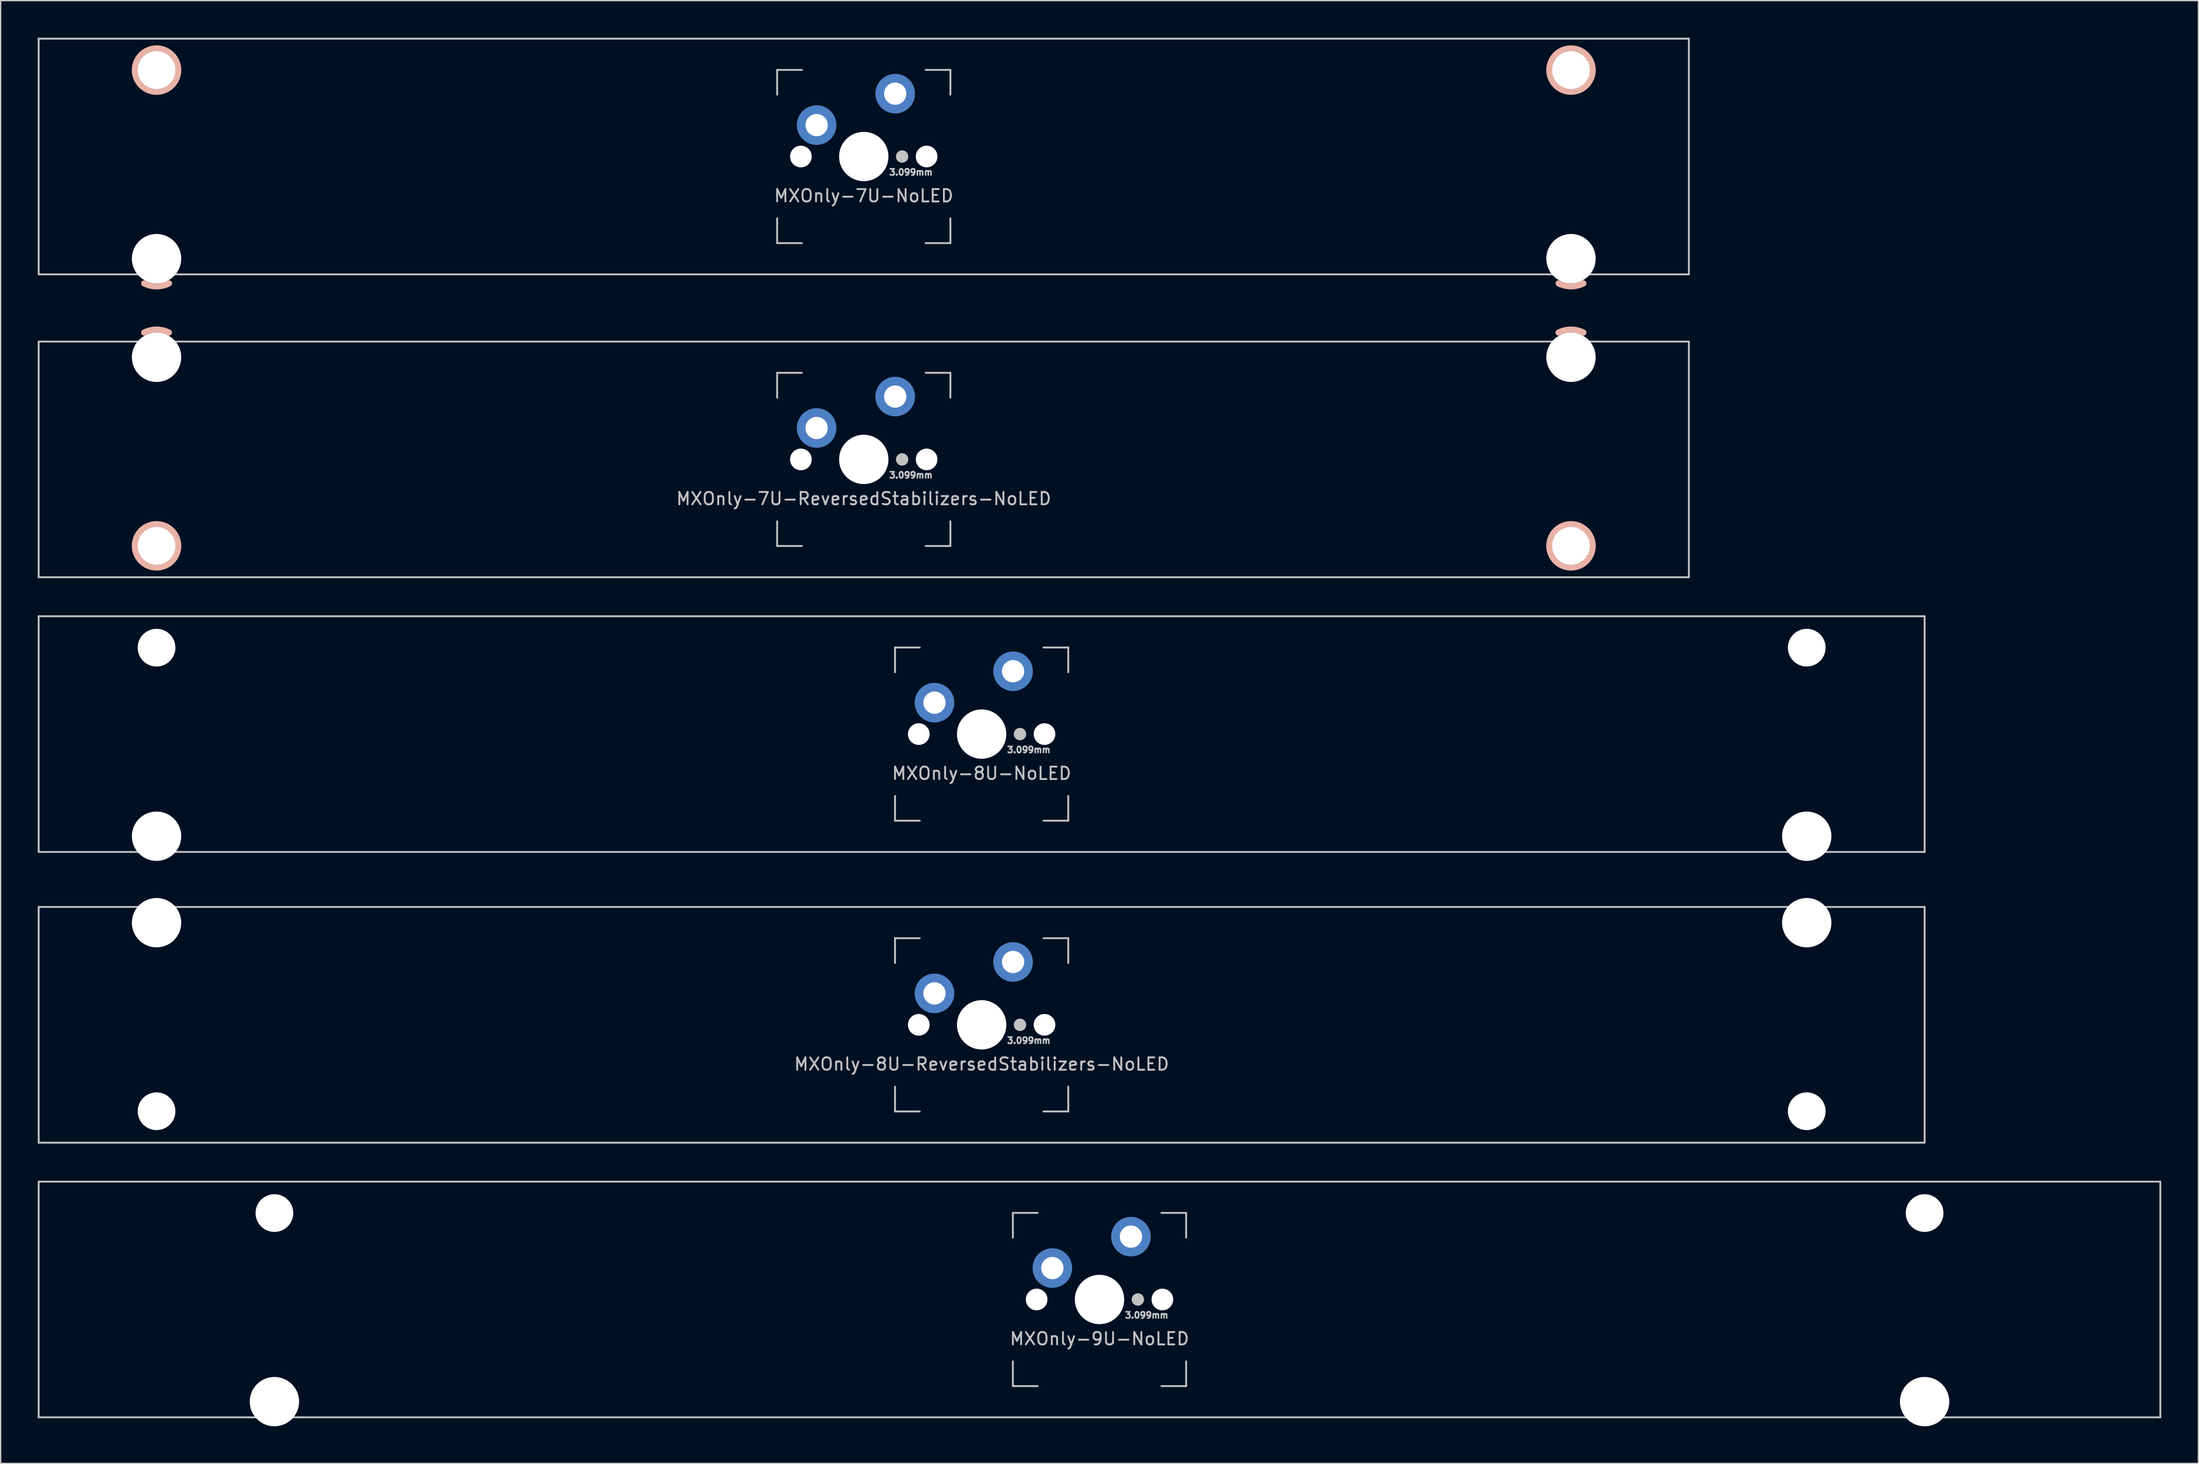
<source format=kicad_pcb>
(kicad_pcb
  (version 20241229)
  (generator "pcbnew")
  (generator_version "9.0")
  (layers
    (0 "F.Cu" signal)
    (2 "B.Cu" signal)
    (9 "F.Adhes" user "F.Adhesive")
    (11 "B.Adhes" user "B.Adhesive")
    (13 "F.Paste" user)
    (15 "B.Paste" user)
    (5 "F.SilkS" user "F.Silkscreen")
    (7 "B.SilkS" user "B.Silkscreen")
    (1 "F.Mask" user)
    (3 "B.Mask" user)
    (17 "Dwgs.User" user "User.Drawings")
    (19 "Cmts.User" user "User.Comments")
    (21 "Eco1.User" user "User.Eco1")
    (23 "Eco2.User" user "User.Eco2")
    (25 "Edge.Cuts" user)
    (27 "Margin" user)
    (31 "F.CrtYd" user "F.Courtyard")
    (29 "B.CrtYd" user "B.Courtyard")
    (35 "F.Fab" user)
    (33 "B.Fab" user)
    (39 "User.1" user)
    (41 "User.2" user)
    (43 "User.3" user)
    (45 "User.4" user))
  (footprint "MXOnly-9U-NoLED"
    (layer "F.Cu")
    (at 85.8 101.98)
    (property "Reference" "MXOnly-9U-NoLED" (at 0 3.175 0) (layer "Dwgs.User") (effects (font (size 1 1) (thickness 0.15))))
    (attr through_hole)
    (fp_line (start -85.725 -9.525) (end 85.725 -9.525) (stroke (width 0.15) (type solid)) (layer "Dwgs.User"))
    (fp_line (start -85.725 9.525) (end -85.725 -9.525) (stroke (width 0.15) (type solid)) (layer "Dwgs.User"))
    (fp_line (start -85.725 9.525) (end 85.725 9.525) (stroke (width 0.15) (type solid)) (layer "Dwgs.User"))
    (fp_line (start -7 -7) (end -7 -5) (stroke (width 0.15) (type solid)) (layer "Dwgs.User"))
    (fp_line (start -7 5) (end -7 7) (stroke (width 0.15) (type solid)) (layer "Dwgs.User"))
    (fp_line (start -7 7) (end -5 7) (stroke (width 0.15) (type solid)) (layer "Dwgs.User"))
    (fp_line (start -5 -7) (end -7 -7) (stroke (width 0.15) (type solid)) (layer "Dwgs.User"))
    (fp_line (start 5 -7) (end 7 -7) (stroke (width 0.15) (type solid)) (layer "Dwgs.User"))
    (fp_line (start 5 7) (end 7 7) (stroke (width 0.15) (type solid)) (layer "Dwgs.User"))
    (fp_line (start 7 -7) (end 7 -5) (stroke (width 0.15) (type solid)) (layer "Dwgs.User"))
    (fp_line (start 7 7) (end 7 5) (stroke (width 0.15) (type solid)) (layer "Dwgs.User"))
    (fp_line (start 85.725 -9.525) (end 85.725 9.525) (stroke (width 0.15) (type solid)) (layer "Dwgs.User"))
    (fp_text user "3.099mm" (at 3.81 1.27 0) (layer "Dwgs.User") (effects (font (size 0.5 0.5) (thickness 0.125))))
    (pad "" np_thru_hole circle (at -66.675 -6.985) (size 3.048 3.048) (drill 3.048) (layers "*.Cu" "*.Mask"))
    (pad "" np_thru_hole circle (at -66.675 8.255) (size 3.988 3.988) (drill 3.988) (layers "*.Cu" "*.Mask"))
    (pad "" np_thru_hole circle (at -5.08 0 48.1) (size 1.75 1.75) (drill 1.75) (layers "*.Cu" "*.Mask"))
    (pad "" smd circle (at -3.81 -2.54) (size 2.8 2.8) (layers "B.Mask"))
    (pad "" np_thru_hole circle (at 0 0) (size 3.988 3.988) (drill 3.988) (layers "*.Cu" "*.Mask"))
    (pad "" smd circle (at 2.54 -5.08) (size 2.8 2.8) (layers "B.Mask"))
    (pad "" smd circle (at 3.099 0) (size 1 1) (layers "Dwgs.User"))
    (pad "" np_thru_hole circle (at 5.08 0 48.1) (size 1.75 1.75) (drill 1.75) (layers "*.Cu" "*.Mask"))
    (pad "" np_thru_hole circle (at 66.675 -6.985) (size 3.048 3.048) (drill 3.048) (layers "*.Cu" "*.Mask"))
    (pad "" np_thru_hole circle (at 66.675 8.255) (size 3.988 3.988) (drill 3.988) (layers "*.Cu" "*.Mask"))
    (pad "1" thru_hole circle (at -3.81 -2.54) (size 2.4 2.4) (drill 1.8) (layers "*.Cu"))
    (pad "1" connect circle (at -3.81 -2.54) (size 3.2 3.2) (layers "B.Cu"))
    (pad "2" thru_hole circle (at 2.54 -5.08) (size 2.4 2.4) (drill 1.8) (layers "*.Cu"))
    (pad "2" connect circle (at 2.54 -5.08) (size 3.2 3.2) (layers "B.Cu")))
  (footprint "MXOnly-8U-NoLED"
    (layer "F.Cu")
    (at 76.275 56.282)
    (property "Reference" "MXOnly-8U-NoLED" (at 0 3.175 0) (layer "Dwgs.User") (effects (font (size 1 1) (thickness 0.15))))
    (attr through_hole)
    (fp_line (start -76.2 -9.525) (end 76.2 -9.525) (stroke (width 0.15) (type solid)) (layer "Dwgs.User"))
    (fp_line (start -76.2 9.525) (end -76.2 -9.525) (stroke (width 0.15) (type solid)) (layer "Dwgs.User"))
    (fp_line (start -76.2 9.525) (end 76.2 9.525) (stroke (width 0.15) (type solid)) (layer "Dwgs.User"))
    (fp_line (start -7 -7) (end -7 -5) (stroke (width 0.15) (type solid)) (layer "Dwgs.User"))
    (fp_line (start -7 5) (end -7 7) (stroke (width 0.15) (type solid)) (layer "Dwgs.User"))
    (fp_line (start -7 7) (end -5 7) (stroke (width 0.15) (type solid)) (layer "Dwgs.User"))
    (fp_line (start -5 -7) (end -7 -7) (stroke (width 0.15) (type solid)) (layer "Dwgs.User"))
    (fp_line (start 5 -7) (end 7 -7) (stroke (width 0.15) (type solid)) (layer "Dwgs.User"))
    (fp_line (start 5 7) (end 7 7) (stroke (width 0.15) (type solid)) (layer "Dwgs.User"))
    (fp_line (start 7 -7) (end 7 -5) (stroke (width 0.15) (type solid)) (layer "Dwgs.User"))
    (fp_line (start 7 7) (end 7 5) (stroke (width 0.15) (type solid)) (layer "Dwgs.User"))
    (fp_line (start 76.2 -9.525) (end 76.2 9.525) (stroke (width 0.15) (type solid)) (layer "Dwgs.User"))
    (fp_text user "3.099mm" (at 3.81 1.27 0) (layer "Dwgs.User") (effects (font (size 0.5 0.5) (thickness 0.125))))
    (pad "" np_thru_hole circle (at -66.675 -6.985) (size 3.048 3.048) (drill 3.048) (layers "*.Cu" "*.Mask"))
    (pad "" np_thru_hole circle (at -66.675 8.255) (size 3.988 3.988) (drill 3.988) (layers "*.Cu" "*.Mask"))
    (pad "" np_thru_hole circle (at -5.08 0 48.1) (size 1.75 1.75) (drill 1.75) (layers "*.Cu" "*.Mask"))
    (pad "" smd circle (at -3.81 -2.54) (size 2.8 2.8) (layers "B.Mask"))
    (pad "" np_thru_hole circle (at 0 0) (size 3.988 3.988) (drill 3.988) (layers "*.Cu" "*.Mask"))
    (pad "" smd circle (at 2.54 -5.08) (size 2.8 2.8) (layers "B.Mask"))
    (pad "" smd circle (at 3.099 0) (size 1 1) (layers "Dwgs.User"))
    (pad "" np_thru_hole circle (at 5.08 0 48.1) (size 1.75 1.75) (drill 1.75) (layers "*.Cu" "*.Mask"))
    (pad "" np_thru_hole circle (at 66.675 -6.985) (size 3.048 3.048) (drill 3.048) (layers "*.Cu" "*.Mask"))
    (pad "" np_thru_hole circle (at 66.675 8.255) (size 3.988 3.988) (drill 3.988) (layers "*.Cu" "*.Mask"))
    (pad "1" thru_hole circle (at -3.81 -2.54) (size 2.4 2.4) (drill 1.8) (layers "*.Cu"))
    (pad "1" connect circle (at -3.81 -2.54) (size 3.2 3.2) (layers "B.Cu"))
    (pad "2" thru_hole circle (at 2.54 -5.08) (size 2.4 2.4) (drill 1.8) (layers "*.Cu"))
    (pad "2" connect circle (at 2.54 -5.08) (size 3.2 3.2) (layers "B.Cu")))
  (footprint "MXOnly-7U-ReversedStabilizers-NoLED"
    (layer "F.Cu")
    (at 66.75 34.082)
    (property "Reference" "MXOnly-7U-ReversedStabilizers-NoLED" (at 0 3.175 0) (layer "Dwgs.User") (effects (font (size 1 1) (thickness 0.15))))
    (attr through_hole)
    (fp_arc (start -58.15 -10.255) (mid -57.150587 -10.491068) (end -56.151051 -10.255525) (stroke (width 0.5) (type solid)) (layer "B.SilkS"))
    (fp_arc (start 56.15 -10.255) (mid 57.149413 -10.491068) (end 58.148949 -10.255525) (stroke (width 0.5) (type solid)) (layer "B.SilkS"))
    (fp_circle (center -57.15 6.985) (end -58.9 6.985) (stroke (width 0.5) (type solid)) (fill no) (layer "B.SilkS"))
    (fp_circle (center 57.15 6.985) (end 55.4 6.985) (stroke (width 0.5) (type solid)) (fill no) (layer "B.SilkS"))
    (fp_line (start -66.675 -9.525) (end 66.675 -9.525) (stroke (width 0.15) (type solid)) (layer "Dwgs.User"))
    (fp_line (start -66.675 9.525) (end -66.675 -9.525) (stroke (width 0.15) (type solid)) (layer "Dwgs.User"))
    (fp_line (start -66.675 9.525) (end 66.675 9.525) (stroke (width 0.15) (type solid)) (layer "Dwgs.User"))
    (fp_line (start -7 -7) (end -7 -5) (stroke (width 0.15) (type solid)) (layer "Dwgs.User"))
    (fp_line (start -7 5) (end -7 7) (stroke (width 0.15) (type solid)) (layer "Dwgs.User"))
    (fp_line (start -7 7) (end -5 7) (stroke (width 0.15) (type solid)) (layer "Dwgs.User"))
    (fp_line (start -5 -7) (end -7 -7) (stroke (width 0.15) (type solid)) (layer "Dwgs.User"))
    (fp_line (start 5 -7) (end 7 -7) (stroke (width 0.15) (type solid)) (layer "Dwgs.User"))
    (fp_line (start 5 7) (end 7 7) (stroke (width 0.15) (type solid)) (layer "Dwgs.User"))
    (fp_line (start 7 -7) (end 7 -5) (stroke (width 0.15) (type solid)) (layer "Dwgs.User"))
    (fp_line (start 7 7) (end 7 5) (stroke (width 0.15) (type solid)) (layer "Dwgs.User"))
    (fp_line (start 66.675 -9.525) (end 66.675 9.525) (stroke (width 0.15) (type solid)) (layer "Dwgs.User"))
    (fp_text user "3.099mm" (at 3.81 1.27 0) (layer "Dwgs.User") (effects (font (size 0.5 0.5) (thickness 0.125))))
    (pad "" np_thru_hole circle (at -57.15 -8.255) (size 3.988 3.988) (drill 3.988) (layers "*.Cu" "*.Mask"))
    (pad "" np_thru_hole circle (at -57.15 6.985) (size 3.048 3.048) (drill 3.048) (layers "*.Cu" "*.Mask"))
    (pad "" np_thru_hole circle (at -5.08 0 48.1) (size 1.75 1.75) (drill 1.75) (layers "*.Cu" "*.Mask"))
    (pad "" smd circle (at -3.81 -2.54) (size 2.8 2.8) (layers "B.Mask"))
    (pad "" np_thru_hole circle (at 0 0) (size 3.988 3.988) (drill 3.988) (layers "*.Cu" "*.Mask"))
    (pad "" smd circle (at 2.54 -5.08) (size 2.8 2.8) (layers "B.Mask"))
    (pad "" smd circle (at 3.099 0) (size 1 1) (layers "Dwgs.User"))
    (pad "" np_thru_hole circle (at 5.08 0 48.1) (size 1.75 1.75) (drill 1.75) (layers "*.Cu" "*.Mask"))
    (pad "" np_thru_hole circle (at 57.15 -8.255) (size 3.988 3.988) (drill 3.988) (layers "*.Cu" "*.Mask"))
    (pad "" np_thru_hole circle (at 57.15 6.985) (size 3.048 3.048) (drill 3.048) (layers "*.Cu" "*.Mask"))
    (pad "1" thru_hole circle (at -3.81 -2.54) (size 2.4 2.4) (drill 1.8) (layers "*.Cu"))
    (pad "1" connect circle (at -3.81 -2.54) (size 3.2 3.2) (layers "B.Cu"))
    (pad "2" thru_hole circle (at 2.54 -5.08) (size 2.4 2.4) (drill 1.8) (layers "*.Cu"))
    (pad "2" connect circle (at 2.54 -5.08) (size 3.2 3.2) (layers "B.Cu")))
  (footprint "MXOnly-7U-NoLED"
    (layer "F.Cu")
    (at 66.75 9.6)
    (property "Reference" "MXOnly-7U-NoLED" (at 0 3.175 0) (layer "Dwgs.User") (effects (font (size 1 1) (thickness 0.15))))
    (attr through_hole)
    (fp_arc (start -56.15 10.255) (mid -57.149413 10.491068) (end -58.148949 10.255525) (stroke (width 0.5) (type solid)) (layer "B.SilkS"))
    (fp_arc (start 58.15 10.255) (mid 57.150587 10.491068) (end 56.151051 10.255525) (stroke (width 0.5) (type solid)) (layer "B.SilkS"))
    (fp_circle (center -57.15 -6.985) (end -55.4 -6.985) (stroke (width 0.5) (type solid)) (fill no) (layer "B.SilkS"))
    (fp_circle (center 57.15 -6.985) (end 58.9 -6.985) (stroke (width 0.5) (type solid)) (fill no) (layer "B.SilkS"))
    (fp_line (start -66.675 -9.525) (end 66.675 -9.525) (stroke (width 0.15) (type solid)) (layer "Dwgs.User"))
    (fp_line (start -66.675 9.525) (end -66.675 -9.525) (stroke (width 0.15) (type solid)) (layer "Dwgs.User"))
    (fp_line (start -66.675 9.525) (end 66.675 9.525) (stroke (width 0.15) (type solid)) (layer "Dwgs.User"))
    (fp_line (start -7 -7) (end -7 -5) (stroke (width 0.15) (type solid)) (layer "Dwgs.User"))
    (fp_line (start -7 5) (end -7 7) (stroke (width 0.15) (type solid)) (layer "Dwgs.User"))
    (fp_line (start -7 7) (end -5 7) (stroke (width 0.15) (type solid)) (layer "Dwgs.User"))
    (fp_line (start -5 -7) (end -7 -7) (stroke (width 0.15) (type solid)) (layer "Dwgs.User"))
    (fp_line (start 5 -7) (end 7 -7) (stroke (width 0.15) (type solid)) (layer "Dwgs.User"))
    (fp_line (start 5 7) (end 7 7) (stroke (width 0.15) (type solid)) (layer "Dwgs.User"))
    (fp_line (start 7 -7) (end 7 -5) (stroke (width 0.15) (type solid)) (layer "Dwgs.User"))
    (fp_line (start 7 7) (end 7 5) (stroke (width 0.15) (type solid)) (layer "Dwgs.User"))
    (fp_line (start 66.675 -9.525) (end 66.675 9.525) (stroke (width 0.15) (type solid)) (layer "Dwgs.User"))
    (fp_text user "3.099mm" (at 3.81 1.27 0) (layer "Dwgs.User") (effects (font (size 0.5 0.5) (thickness 0.125))))
    (pad "" np_thru_hole circle (at -57.15 -6.985) (size 3.048 3.048) (drill 3.048) (layers "*.Cu" "*.Mask"))
    (pad "" np_thru_hole circle (at -57.15 8.255) (size 3.988 3.988) (drill 3.988) (layers "*.Cu" "*.Mask"))
    (pad "" np_thru_hole circle (at -5.08 0 48.1) (size 1.75 1.75) (drill 1.75) (layers "*.Cu" "*.Mask"))
    (pad "" smd circle (at -3.81 -2.54) (size 2.8 2.8) (layers "B.Mask"))
    (pad "" np_thru_hole circle (at 0 0) (size 3.988 3.988) (drill 3.988) (layers "*.Cu" "*.Mask"))
    (pad "" smd circle (at 2.54 -5.08) (size 2.8 2.8) (layers "B.Mask"))
    (pad "" smd circle (at 3.099 0) (size 1 1) (layers "Dwgs.User"))
    (pad "" np_thru_hole circle (at 5.08 0 48.1) (size 1.75 1.75) (drill 1.75) (layers "*.Cu" "*.Mask"))
    (pad "" np_thru_hole circle (at 57.15 -6.985) (size 3.048 3.048) (drill 3.048) (layers "*.Cu" "*.Mask"))
    (pad "" np_thru_hole circle (at 57.15 8.255) (size 3.988 3.988) (drill 3.988) (layers "*.Cu" "*.Mask"))
    (pad "1" thru_hole circle (at -3.81 -2.54) (size 2.4 2.4) (drill 1.8) (layers "*.Cu"))
    (pad "1" connect circle (at -3.81 -2.54) (size 3.2 3.2) (layers "B.Cu"))
    (pad "2" thru_hole circle (at 2.54 -5.08) (size 2.4 2.4) (drill 1.8) (layers "*.Cu"))
    (pad "2" connect circle (at 2.54 -5.08) (size 3.2 3.2) (layers "B.Cu")))
  (footprint "MXOnly-8U-ReversedStabilizers-NoLED"
    (layer "F.Cu")
    (at 76.275 79.78)
    (property "Reference" "MXOnly-8U-ReversedStabilizers-NoLED" (at 0 3.175 0) (layer "Dwgs.User") (effects (font (size 1 1) (thickness 0.15))))
    (attr through_hole)
    (fp_line (start -76.2 -9.525) (end 76.2 -9.525) (stroke (width 0.15) (type solid)) (layer "Dwgs.User"))
    (fp_line (start -76.2 9.525) (end -76.2 -9.525) (stroke (width 0.15) (type solid)) (layer "Dwgs.User"))
    (fp_line (start -76.2 9.525) (end 76.2 9.525) (stroke (width 0.15) (type solid)) (layer "Dwgs.User"))
    (fp_line (start -7 -7) (end -7 -5) (stroke (width 0.15) (type solid)) (layer "Dwgs.User"))
    (fp_line (start -7 5) (end -7 7) (stroke (width 0.15) (type solid)) (layer "Dwgs.User"))
    (fp_line (start -7 7) (end -5 7) (stroke (width 0.15) (type solid)) (layer "Dwgs.User"))
    (fp_line (start -5 -7) (end -7 -7) (stroke (width 0.15) (type solid)) (layer "Dwgs.User"))
    (fp_line (start 5 -7) (end 7 -7) (stroke (width 0.15) (type solid)) (layer "Dwgs.User"))
    (fp_line (start 5 7) (end 7 7) (stroke (width 0.15) (type solid)) (layer "Dwgs.User"))
    (fp_line (start 7 -7) (end 7 -5) (stroke (width 0.15) (type solid)) (layer "Dwgs.User"))
    (fp_line (start 7 7) (end 7 5) (stroke (width 0.15) (type solid)) (layer "Dwgs.User"))
    (fp_line (start 76.2 -9.525) (end 76.2 9.525) (stroke (width 0.15) (type solid)) (layer "Dwgs.User"))
    (fp_text user "3.099mm" (at 3.81 1.27 0) (layer "Dwgs.User") (effects (font (size 0.5 0.5) (thickness 0.125))))
    (pad "" np_thru_hole circle (at -66.675 -8.255) (size 3.988 3.988) (drill 3.988) (layers "*.Cu" "*.Mask"))
    (pad "" np_thru_hole circle (at -66.675 6.985) (size 3.048 3.048) (drill 3.048) (layers "*.Cu" "*.Mask"))
    (pad "" np_thru_hole circle (at -5.08 0 48.1) (size 1.75 1.75) (drill 1.75) (layers "*.Cu" "*.Mask"))
    (pad "" smd circle (at -3.81 -2.54) (size 2.8 2.8) (layers "B.Mask"))
    (pad "" np_thru_hole circle (at 0 0) (size 3.988 3.988) (drill 3.988) (layers "*.Cu" "*.Mask"))
    (pad "" smd circle (at 2.54 -5.08) (size 2.8 2.8) (layers "B.Mask"))
    (pad "" smd circle (at 3.099 0) (size 1 1) (layers "Dwgs.User"))
    (pad "" np_thru_hole circle (at 5.08 0 48.1) (size 1.75 1.75) (drill 1.75) (layers "*.Cu" "*.Mask"))
    (pad "" np_thru_hole circle (at 66.675 -8.255) (size 3.988 3.988) (drill 3.988) (layers "*.Cu" "*.Mask"))
    (pad "" np_thru_hole circle (at 66.675 6.985) (size 3.048 3.048) (drill 3.048) (layers "*.Cu" "*.Mask"))
    (pad "1" thru_hole circle (at -3.81 -2.54) (size 2.4 2.4) (drill 1.8) (layers "*.Cu"))
    (pad "1" connect circle (at -3.81 -2.54) (size 3.2 3.2) (layers "B.Cu"))
    (pad "2" thru_hole circle (at 2.54 -5.08) (size 2.4 2.4) (drill 1.8) (layers "*.Cu"))
    (pad "2" connect circle (at 2.54 -5.08) (size 3.2 3.2) (layers "B.Cu")))
  (gr_rect
    (start -3 -3)
    (end 174.6 115.229)
    (stroke (width 0.1) (type default))
    (fill no)
    (layer "Edge.Cuts")))
</source>
